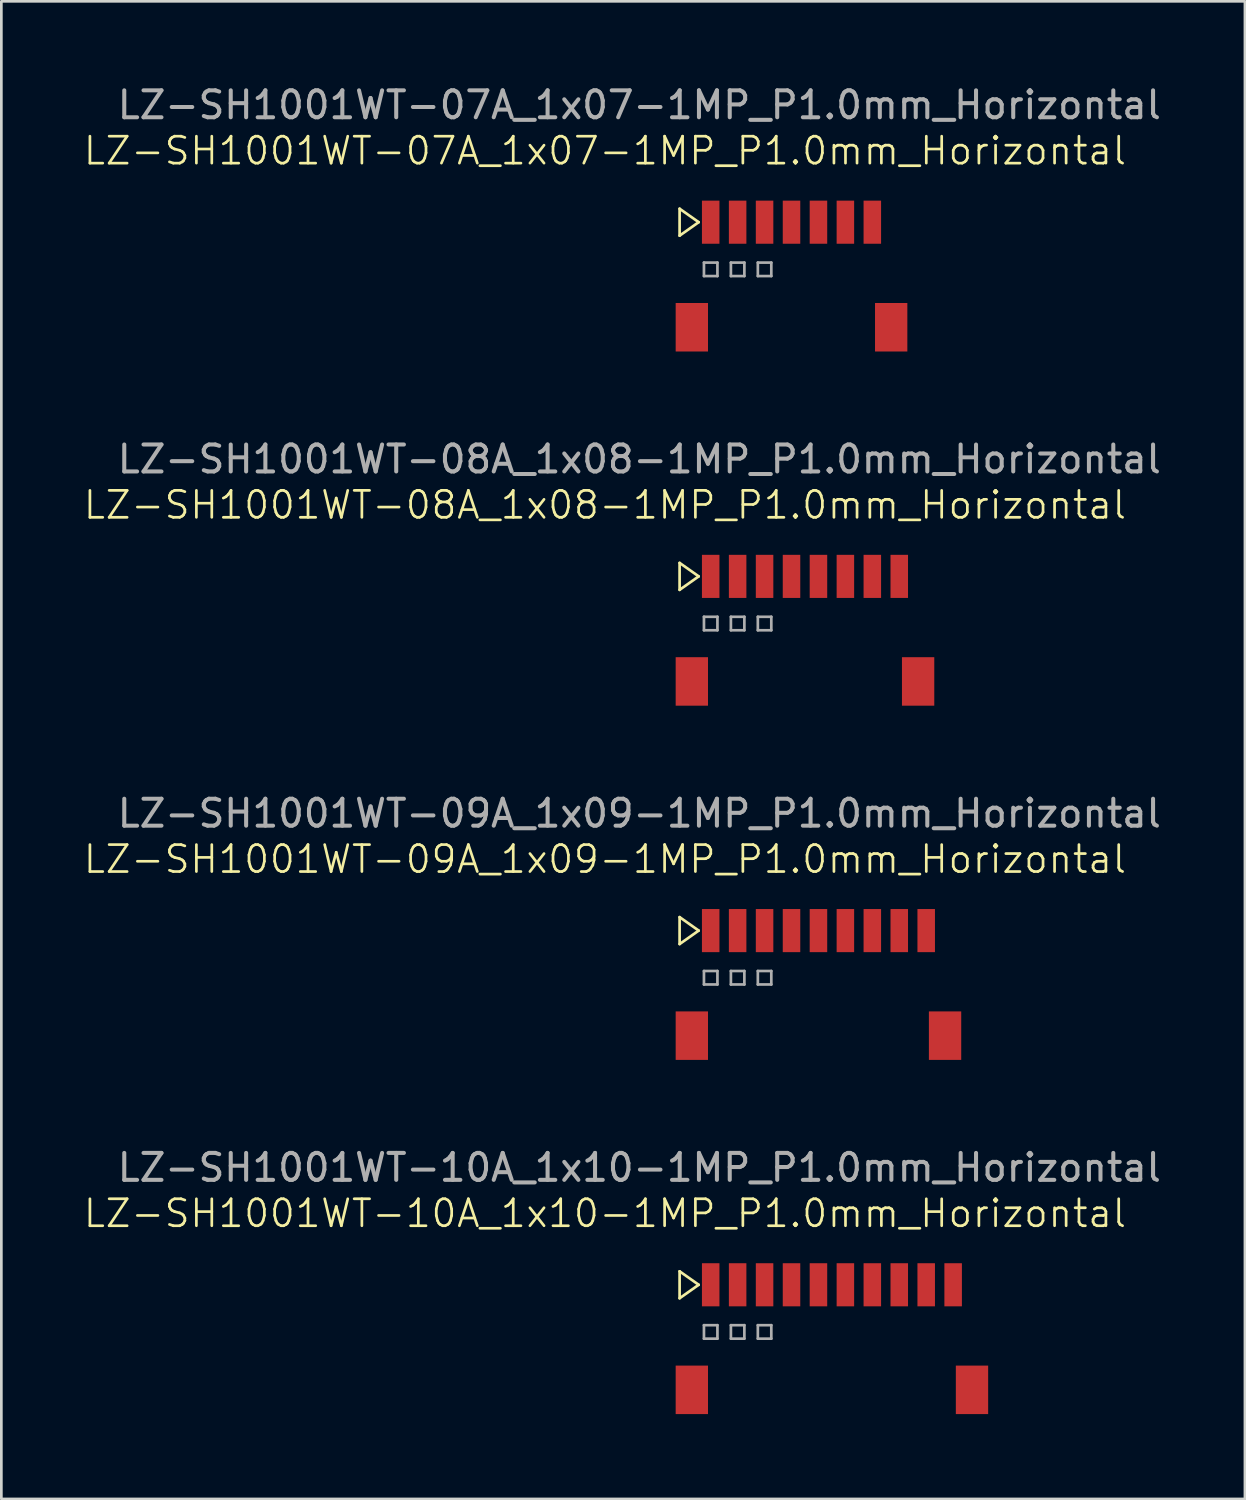
<source format=kicad_pcb>
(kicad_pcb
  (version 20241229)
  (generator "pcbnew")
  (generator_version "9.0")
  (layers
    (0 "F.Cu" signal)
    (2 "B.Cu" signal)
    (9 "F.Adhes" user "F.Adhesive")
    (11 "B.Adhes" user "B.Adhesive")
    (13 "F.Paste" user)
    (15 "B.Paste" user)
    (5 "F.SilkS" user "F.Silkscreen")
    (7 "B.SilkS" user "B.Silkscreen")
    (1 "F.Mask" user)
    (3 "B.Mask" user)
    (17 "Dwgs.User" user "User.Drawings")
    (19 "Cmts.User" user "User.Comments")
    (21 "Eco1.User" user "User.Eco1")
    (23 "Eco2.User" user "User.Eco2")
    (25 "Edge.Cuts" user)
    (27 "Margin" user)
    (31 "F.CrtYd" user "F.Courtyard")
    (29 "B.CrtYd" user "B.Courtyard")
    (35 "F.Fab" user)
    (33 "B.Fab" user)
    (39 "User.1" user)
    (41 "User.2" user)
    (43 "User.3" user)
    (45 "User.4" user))
  (footprint "LZ-SH1001WT-07A_1x07-1MP_P1.0mm_Horizontal"
    (layer "F.Cu")
    (at 29.332 5.198)
    (property "Reference" "LZ-SH1001WT-07A_1x07-1MP_P1.0mm_Horizontal" (at -9.925 -2.65 0) (unlocked yes) (layer "F.SilkS") (effects (font (size 1 1) (thickness 0.1))))
    (attr smd)
    (fp_line (start -7.154 -0.5) (end -7.154 0.5) (stroke (width 0.1) (type solid)) (layer "F.SilkS"))
    (fp_line (start -7.154 -0.5) (end -6.446 0) (stroke (width 0.1) (type solid)) (layer "F.SilkS"))
    (fp_line (start -6.446 0) (end -7.154 0.5) (stroke (width 0.1) (type solid)) (layer "F.SilkS"))
    (fp_rect (start -7.403 -0.825) (end 1.397 4.9) (stroke (width 0.1) (type default)) (fill no) (layer "Margin"))
    (fp_line (start -6.25 1.5) (end -6.25 2) (stroke (width 0.1) (type solid)) (layer "F.Fab"))
    (fp_line (start -6.25 2) (end -5.75 2) (stroke (width 0.1) (type solid)) (layer "F.Fab"))
    (fp_line (start -5.75 1.5) (end -6.25 1.5) (stroke (width 0.1) (type solid)) (layer "F.Fab"))
    (fp_line (start -5.75 2) (end -5.75 1.5) (stroke (width 0.1) (type solid)) (layer "F.Fab"))
    (fp_line (start -5.25 1.5) (end -5.25 2) (stroke (width 0.1) (type solid)) (layer "F.Fab"))
    (fp_line (start -5.25 2) (end -4.75 2) (stroke (width 0.1) (type solid)) (layer "F.Fab"))
    (fp_line (start -4.75 1.5) (end -5.25 1.5) (stroke (width 0.1) (type solid)) (layer "F.Fab"))
    (fp_line (start -4.75 2) (end -4.75 1.5) (stroke (width 0.1) (type solid)) (layer "F.Fab"))
    (fp_line (start -4.25 1.5) (end -4.25 2) (stroke (width 0.1) (type solid)) (layer "F.Fab"))
    (fp_line (start -4.25 2) (end -3.75 2) (stroke (width 0.1) (type solid)) (layer "F.Fab"))
    (fp_line (start -3.75 1.5) (end -4.25 1.5) (stroke (width 0.1) (type solid)) (layer "F.Fab"))
    (fp_line (start -3.75 2) (end -3.75 1.5) (stroke (width 0.1) (type solid)) (layer "F.Fab"))
    (fp_text user "${REFERENCE}" (at -8.65 -4.35 0) (unlocked yes) (layer "F.Fab") (effects (font (size 1 1) (thickness 0.15))))
    (pad "1" smd rect (at -6 0) (size 0.65 1.6) (layers "F.Cu" "F.Mask" "F.Paste"))
    (pad "2" smd rect (at -5 0) (size 0.65 1.6) (layers "F.Cu" "F.Mask" "F.Paste"))
    (pad "3" smd rect (at -4 0) (size 0.65 1.6) (layers "F.Cu" "F.Mask" "F.Paste"))
    (pad "4" smd rect (at -3 0) (size 0.65 1.6) (layers "F.Cu" "F.Mask" "F.Paste"))
    (pad "5" smd rect (at -2 0) (size 0.65 1.6) (layers "F.Cu" "F.Mask" "F.Paste"))
    (pad "6" smd rect (at -1 0) (size 0.65 1.6) (layers "F.Cu" "F.Mask" "F.Paste"))
    (pad "7" smd rect (at 0 0) (size 0.65 1.6) (layers "F.Cu" "F.Mask" "F.Paste"))
    (pad "MP" smd rect (at -6.7 3.9) (size 1.2 1.8) (layers "F.Cu" "F.Mask" "F.Paste"))
    (pad "MP" smd rect (at 0.7 3.9) (size 1.2 1.8) (layers "F.Cu" "F.Mask" "F.Paste")))
  (footprint "LZ-SH1001WT-09A_1x09-1MP_P1.0mm_Horizontal"
    (layer "F.Cu")
    (at 31.332 31.495)
    (property "Reference" "LZ-SH1001WT-09A_1x09-1MP_P1.0mm_Horizontal" (at -11.925 -2.65 0) (unlocked yes) (layer "F.SilkS") (effects (font (size 1 1) (thickness 0.1))))
    (attr smd)
    (fp_line (start -9.154 -0.5) (end -9.154 0.5) (stroke (width 0.1) (type solid)) (layer "F.SilkS"))
    (fp_line (start -9.154 -0.5) (end -8.446 0) (stroke (width 0.1) (type solid)) (layer "F.SilkS"))
    (fp_line (start -8.446 0) (end -9.154 0.5) (stroke (width 0.1) (type solid)) (layer "F.SilkS"))
    (fp_rect (start -9.403 -0.825) (end 1.397 4.9) (stroke (width 0.1) (type default)) (fill no) (layer "Margin"))
    (fp_line (start -8.25 1.5) (end -8.25 2) (stroke (width 0.1) (type solid)) (layer "F.Fab"))
    (fp_line (start -8.25 2) (end -7.75 2) (stroke (width 0.1) (type solid)) (layer "F.Fab"))
    (fp_line (start -7.75 1.5) (end -8.25 1.5) (stroke (width 0.1) (type solid)) (layer "F.Fab"))
    (fp_line (start -7.75 2) (end -7.75 1.5) (stroke (width 0.1) (type solid)) (layer "F.Fab"))
    (fp_line (start -7.25 1.5) (end -7.25 2) (stroke (width 0.1) (type solid)) (layer "F.Fab"))
    (fp_line (start -7.25 2) (end -6.75 2) (stroke (width 0.1) (type solid)) (layer "F.Fab"))
    (fp_line (start -6.75 1.5) (end -7.25 1.5) (stroke (width 0.1) (type solid)) (layer "F.Fab"))
    (fp_line (start -6.75 2) (end -6.75 1.5) (stroke (width 0.1) (type solid)) (layer "F.Fab"))
    (fp_line (start -6.25 1.5) (end -6.25 2) (stroke (width 0.1) (type solid)) (layer "F.Fab"))
    (fp_line (start -6.25 2) (end -5.75 2) (stroke (width 0.1) (type solid)) (layer "F.Fab"))
    (fp_line (start -5.75 1.5) (end -6.25 1.5) (stroke (width 0.1) (type solid)) (layer "F.Fab"))
    (fp_line (start -5.75 2) (end -5.75 1.5) (stroke (width 0.1) (type solid)) (layer "F.Fab"))
    (fp_text user "${REFERENCE}" (at -10.65 -4.35 0) (unlocked yes) (layer "F.Fab") (effects (font (size 1 1) (thickness 0.15))))
    (pad "1" smd rect (at -8 0) (size 0.65 1.6) (layers "F.Cu" "F.Mask" "F.Paste"))
    (pad "2" smd rect (at -7 0) (size 0.65 1.6) (layers "F.Cu" "F.Mask" "F.Paste"))
    (pad "3" smd rect (at -6 0) (size 0.65 1.6) (layers "F.Cu" "F.Mask" "F.Paste"))
    (pad "4" smd rect (at -5 0) (size 0.65 1.6) (layers "F.Cu" "F.Mask" "F.Paste"))
    (pad "5" smd rect (at -4 0) (size 0.65 1.6) (layers "F.Cu" "F.Mask" "F.Paste"))
    (pad "6" smd rect (at -3 0) (size 0.65 1.6) (layers "F.Cu" "F.Mask" "F.Paste"))
    (pad "7" smd rect (at -2 0) (size 0.65 1.6) (layers "F.Cu" "F.Mask" "F.Paste"))
    (pad "8" smd rect (at -1 0) (size 0.65 1.6) (layers "F.Cu" "F.Mask" "F.Paste"))
    (pad "9" smd rect (at 0 0) (size 0.65 1.6) (layers "F.Cu" "F.Mask" "F.Paste"))
    (pad "MP" smd rect (at -8.7 3.9) (size 1.2 1.8) (layers "F.Cu" "F.Mask" "F.Paste"))
    (pad "MP" smd rect (at 0.7 3.9) (size 1.2 1.8) (layers "F.Cu" "F.Mask" "F.Paste")))
  (footprint "LZ-SH1001WT-08A_1x08-1MP_P1.0mm_Horizontal"
    (layer "F.Cu")
    (at 30.332 18.346)
    (property "Reference" "LZ-SH1001WT-08A_1x08-1MP_P1.0mm_Horizontal" (at -10.925 -2.65 0) (unlocked yes) (layer "F.SilkS") (effects (font (size 1 1) (thickness 0.1))))
    (attr smd)
    (fp_line (start -8.154 -0.5) (end -8.154 0.5) (stroke (width 0.1) (type solid)) (layer "F.SilkS"))
    (fp_line (start -8.154 -0.5) (end -7.446 0) (stroke (width 0.1) (type solid)) (layer "F.SilkS"))
    (fp_line (start -7.446 0) (end -8.154 0.5) (stroke (width 0.1) (type solid)) (layer "F.SilkS"))
    (fp_rect (start -8.403 -0.825) (end 1.397 4.9) (stroke (width 0.1) (type default)) (fill no) (layer "Margin"))
    (fp_line (start -7.25 1.5) (end -7.25 2) (stroke (width 0.1) (type solid)) (layer "F.Fab"))
    (fp_line (start -7.25 2) (end -6.75 2) (stroke (width 0.1) (type solid)) (layer "F.Fab"))
    (fp_line (start -6.75 1.5) (end -7.25 1.5) (stroke (width 0.1) (type solid)) (layer "F.Fab"))
    (fp_line (start -6.75 2) (end -6.75 1.5) (stroke (width 0.1) (type solid)) (layer "F.Fab"))
    (fp_line (start -6.25 1.5) (end -6.25 2) (stroke (width 0.1) (type solid)) (layer "F.Fab"))
    (fp_line (start -6.25 2) (end -5.75 2) (stroke (width 0.1) (type solid)) (layer "F.Fab"))
    (fp_line (start -5.75 1.5) (end -6.25 1.5) (stroke (width 0.1) (type solid)) (layer "F.Fab"))
    (fp_line (start -5.75 2) (end -5.75 1.5) (stroke (width 0.1) (type solid)) (layer "F.Fab"))
    (fp_line (start -5.25 1.5) (end -5.25 2) (stroke (width 0.1) (type solid)) (layer "F.Fab"))
    (fp_line (start -5.25 2) (end -4.75 2) (stroke (width 0.1) (type solid)) (layer "F.Fab"))
    (fp_line (start -4.75 1.5) (end -5.25 1.5) (stroke (width 0.1) (type solid)) (layer "F.Fab"))
    (fp_line (start -4.75 2) (end -4.75 1.5) (stroke (width 0.1) (type solid)) (layer "F.Fab"))
    (fp_text user "${REFERENCE}" (at -9.65 -4.35 0) (unlocked yes) (layer "F.Fab") (effects (font (size 1 1) (thickness 0.15))))
    (pad "1" smd rect (at -7 0) (size 0.65 1.6) (layers "F.Cu" "F.Mask" "F.Paste"))
    (pad "2" smd rect (at -6 0) (size 0.65 1.6) (layers "F.Cu" "F.Mask" "F.Paste"))
    (pad "3" smd rect (at -5 0) (size 0.65 1.6) (layers "F.Cu" "F.Mask" "F.Paste"))
    (pad "4" smd rect (at -4 0) (size 0.65 1.6) (layers "F.Cu" "F.Mask" "F.Paste"))
    (pad "5" smd rect (at -3 0) (size 0.65 1.6) (layers "F.Cu" "F.Mask" "F.Paste"))
    (pad "6" smd rect (at -2 0) (size 0.65 1.6) (layers "F.Cu" "F.Mask" "F.Paste"))
    (pad "7" smd rect (at -1 0) (size 0.65 1.6) (layers "F.Cu" "F.Mask" "F.Paste"))
    (pad "8" smd rect (at 0 0) (size 0.65 1.6) (layers "F.Cu" "F.Mask" "F.Paste"))
    (pad "MP" smd rect (at -7.7 3.9) (size 1.2 1.8) (layers "F.Cu" "F.Mask" "F.Paste"))
    (pad "MP" smd rect (at 0.7 3.9) (size 1.2 1.8) (layers "F.Cu" "F.Mask" "F.Paste")))
  (footprint "LZ-SH1001WT-10A_1x10-1MP_P1.0mm_Horizontal"
    (layer "F.Cu")
    (at 32.332 44.643)
    (property "Reference" "LZ-SH1001WT-10A_1x10-1MP_P1.0mm_Horizontal" (at -12.925 -2.65 0) (unlocked yes) (layer "F.SilkS") (effects (font (size 1 1) (thickness 0.1))))
    (attr smd)
    (fp_line (start -10.154 -0.5) (end -10.154 0.5) (stroke (width 0.1) (type solid)) (layer "F.SilkS"))
    (fp_line (start -10.154 -0.5) (end -9.446 0) (stroke (width 0.1) (type solid)) (layer "F.SilkS"))
    (fp_line (start -9.446 0) (end -10.154 0.5) (stroke (width 0.1) (type solid)) (layer "F.SilkS"))
    (fp_rect (start -10.403 -0.825) (end 1.397 4.9) (stroke (width 0.1) (type default)) (fill no) (layer "Margin"))
    (fp_line (start -9.25 1.5) (end -9.25 2) (stroke (width 0.1) (type solid)) (layer "F.Fab"))
    (fp_line (start -9.25 2) (end -8.75 2) (stroke (width 0.1) (type solid)) (layer "F.Fab"))
    (fp_line (start -8.75 1.5) (end -9.25 1.5) (stroke (width 0.1) (type solid)) (layer "F.Fab"))
    (fp_line (start -8.75 2) (end -8.75 1.5) (stroke (width 0.1) (type solid)) (layer "F.Fab"))
    (fp_line (start -8.25 1.5) (end -8.25 2) (stroke (width 0.1) (type solid)) (layer "F.Fab"))
    (fp_line (start -8.25 2) (end -7.75 2) (stroke (width 0.1) (type solid)) (layer "F.Fab"))
    (fp_line (start -7.75 1.5) (end -8.25 1.5) (stroke (width 0.1) (type solid)) (layer "F.Fab"))
    (fp_line (start -7.75 2) (end -7.75 1.5) (stroke (width 0.1) (type solid)) (layer "F.Fab"))
    (fp_line (start -7.25 1.5) (end -7.25 2) (stroke (width 0.1) (type solid)) (layer "F.Fab"))
    (fp_line (start -7.25 2) (end -6.75 2) (stroke (width 0.1) (type solid)) (layer "F.Fab"))
    (fp_line (start -6.75 1.5) (end -7.25 1.5) (stroke (width 0.1) (type solid)) (layer "F.Fab"))
    (fp_line (start -6.75 2) (end -6.75 1.5) (stroke (width 0.1) (type solid)) (layer "F.Fab"))
    (fp_text user "${REFERENCE}" (at -11.65 -4.35 0) (unlocked yes) (layer "F.Fab") (effects (font (size 1 1) (thickness 0.15))))
    (pad "1" smd rect (at -9 0) (size 0.65 1.6) (layers "F.Cu" "F.Mask" "F.Paste"))
    (pad "2" smd rect (at -8 0) (size 0.65 1.6) (layers "F.Cu" "F.Mask" "F.Paste"))
    (pad "3" smd rect (at -7 0) (size 0.65 1.6) (layers "F.Cu" "F.Mask" "F.Paste"))
    (pad "4" smd rect (at -6 0) (size 0.65 1.6) (layers "F.Cu" "F.Mask" "F.Paste"))
    (pad "5" smd rect (at -5 0) (size 0.65 1.6) (layers "F.Cu" "F.Mask" "F.Paste"))
    (pad "6" smd rect (at -4 0) (size 0.65 1.6) (layers "F.Cu" "F.Mask" "F.Paste"))
    (pad "7" smd rect (at -3 0) (size 0.65 1.6) (layers "F.Cu" "F.Mask" "F.Paste"))
    (pad "8" smd rect (at -2 0) (size 0.65 1.6) (layers "F.Cu" "F.Mask" "F.Paste"))
    (pad "9" smd rect (at -1 0) (size 0.65 1.6) (layers "F.Cu" "F.Mask" "F.Paste"))
    (pad "10" smd rect (at 0 0) (size 0.65 1.6) (layers "F.Cu" "F.Mask" "F.Paste"))
    (pad "MP" smd rect (at -9.7 3.9) (size 1.2 1.8) (layers "F.Cu" "F.Mask" "F.Paste"))
    (pad "MP" smd rect (at 0.7 3.9) (size 1.2 1.8) (layers "F.Cu" "F.Mask" "F.Paste")))
  (gr_rect
    (start -3 -3)
    (end 43.164 52.593)
    (stroke (width 0.1) (type default))
    (fill no)
    (layer "Edge.Cuts")))
</source>
